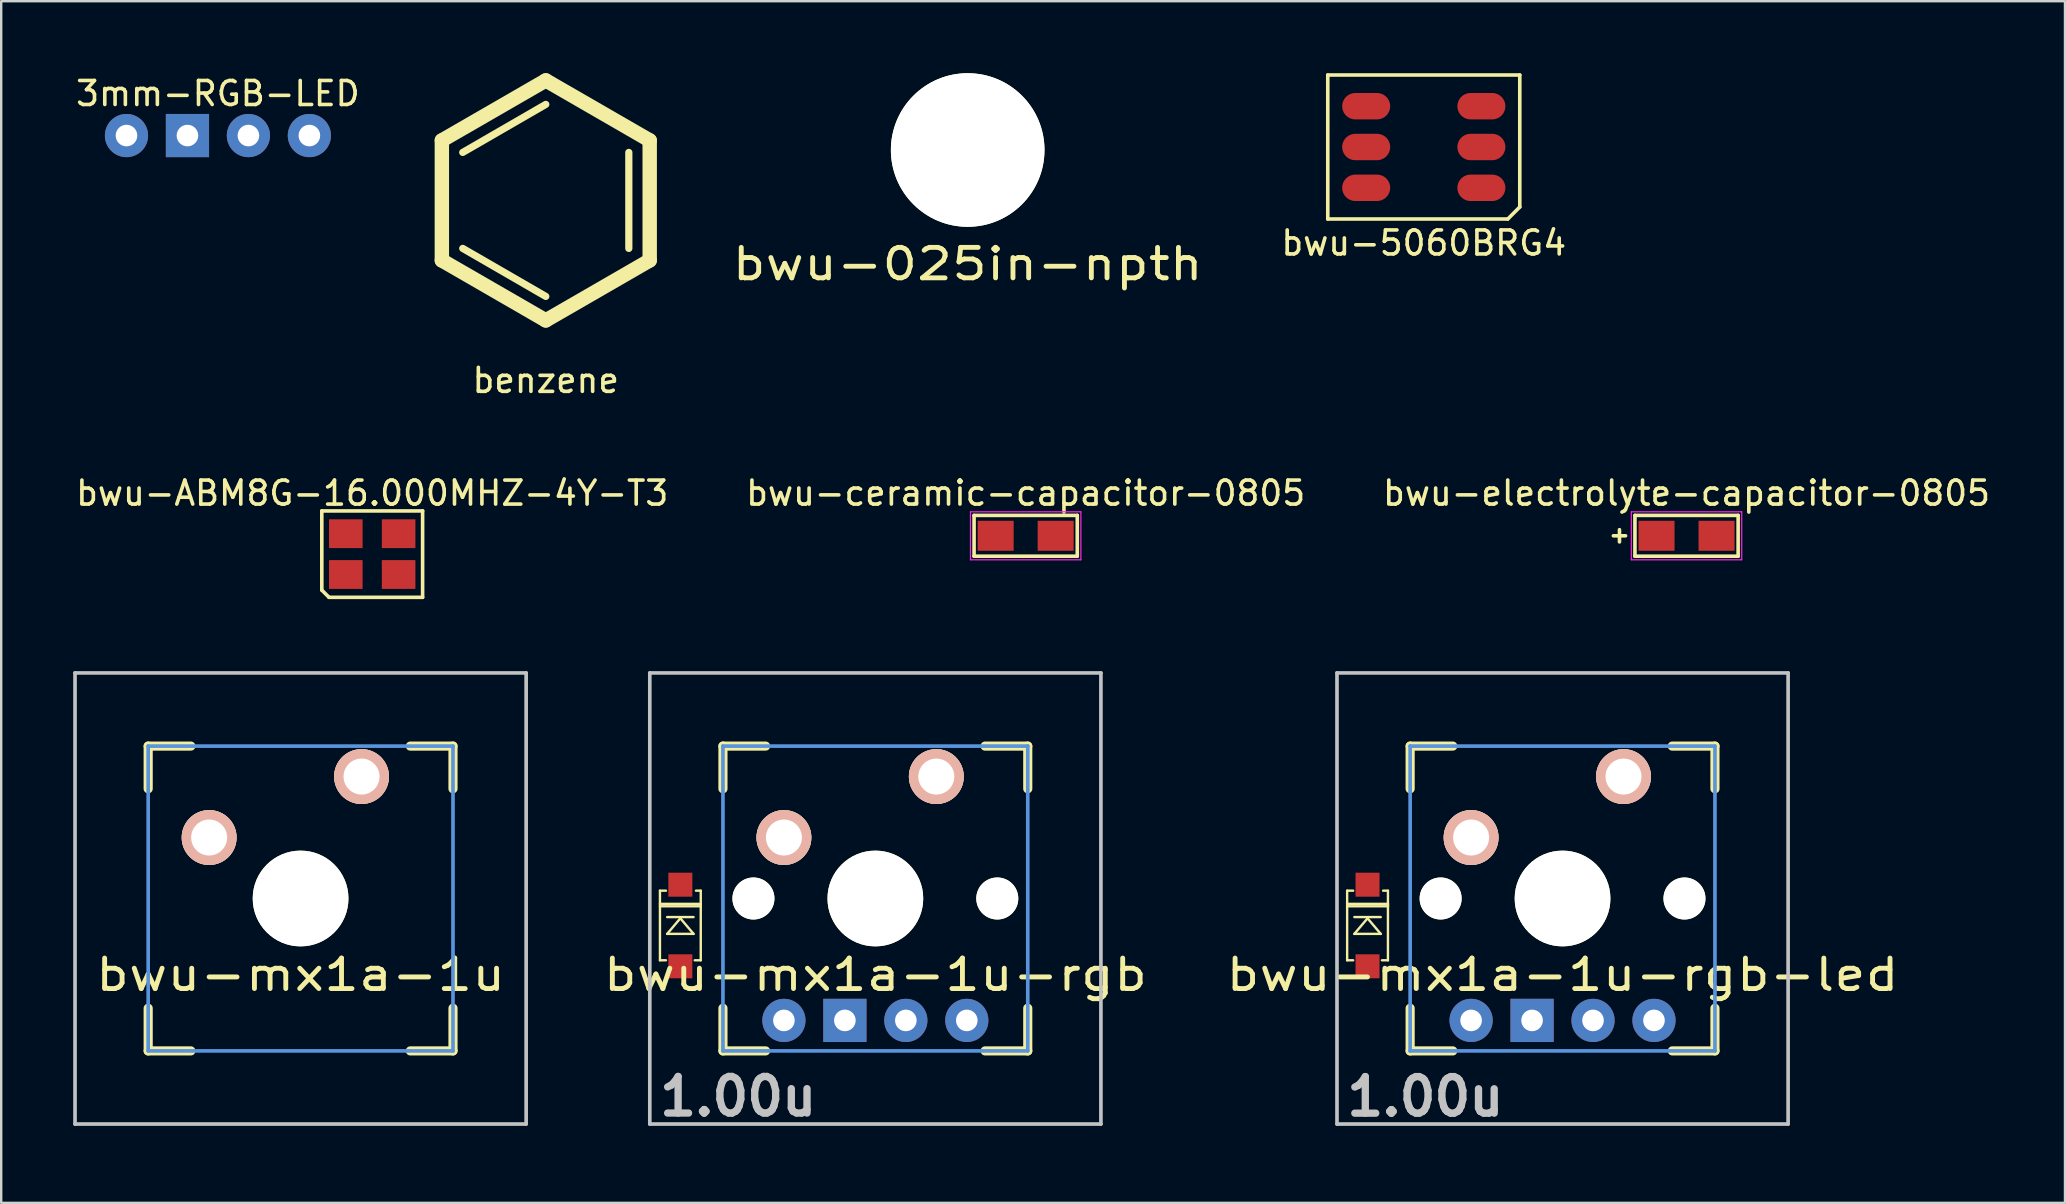
<source format=kicad_pcb>
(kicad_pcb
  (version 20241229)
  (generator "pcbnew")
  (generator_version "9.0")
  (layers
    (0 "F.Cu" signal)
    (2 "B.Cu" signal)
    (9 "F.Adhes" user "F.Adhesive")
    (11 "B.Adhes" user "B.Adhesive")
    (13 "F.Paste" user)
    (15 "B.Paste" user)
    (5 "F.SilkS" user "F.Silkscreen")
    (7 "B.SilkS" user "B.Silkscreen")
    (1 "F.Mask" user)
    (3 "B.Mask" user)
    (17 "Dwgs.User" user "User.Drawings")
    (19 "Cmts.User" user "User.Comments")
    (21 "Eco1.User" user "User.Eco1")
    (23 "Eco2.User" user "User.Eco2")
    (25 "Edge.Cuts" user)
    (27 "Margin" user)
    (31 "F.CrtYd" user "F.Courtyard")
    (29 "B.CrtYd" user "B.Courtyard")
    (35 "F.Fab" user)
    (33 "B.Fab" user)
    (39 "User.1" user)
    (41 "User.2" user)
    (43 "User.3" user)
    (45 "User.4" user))
  (footprint "bwu-ABM8G-16.000MHZ-4Y-T3"
    (layer "F.Cu")
    (at 12.458 20.037)
    (property "Reference" "bwu-ABM8G-16.000MHZ-4Y-T3" (at 0 -2.54 0) (layer "F.SilkS") (effects (font (size 1 1) (thickness 0.15))))
    (attr through_hole)
    (fp_line (start -2.1 -1.8) (end 2.1 -1.8) (stroke (width 0.15) (type solid)) (layer "F.SilkS"))
    (fp_line (start -2.1 1.5) (end -2.1 -1.8) (stroke (width 0.15) (type solid)) (layer "F.SilkS"))
    (fp_line (start -2.1 1.5) (end -1.8 1.8) (stroke (width 0.15) (type solid)) (layer "F.SilkS"))
    (fp_line (start 2.1 -1.8) (end 2.1 1.8) (stroke (width 0.15) (type solid)) (layer "F.SilkS"))
    (fp_line (start 2.1 1.8) (end -1.8 1.8) (stroke (width 0.15) (type solid)) (layer "F.SilkS"))
    (pad "1" smd rect (at -1.1 0.85) (size 1.4 1.2) (layers "F.Cu" "F.Mask" "F.Paste"))
    (pad "2" smd rect (at 1.1 0.85) (size 1.4 1.2) (layers "F.Cu" "F.Mask" "F.Paste"))
    (pad "3" smd rect (at 1.1 -0.85) (size 1.4 1.2) (layers "F.Cu" "F.Mask" "F.Paste"))
    (pad "4" smd rect (at -1.1 -0.85) (size 1.4 1.2) (layers "F.Cu" "F.Mask" "F.Paste")))
  (footprint "bwu-mx1a-1u-rgb-led"
    (layer "F.Cu")
    (at 62.054 34.386)
    (property "Reference" "bwu-mx1a-1u-rgb-led" (at 0 3.175 0) (layer "F.SilkS") (effects (font (size 1.27 1.524) (thickness 0.203))))
    (attr smd)
    (fp_line (start -8.975 -0.325) (end -8.975 2.575) (stroke (width 0.1) (type solid)) (layer "F.SilkS"))
    (fp_line (start -8.975 0.225) (end -7.275 0.225) (stroke (width 0.1) (type solid)) (layer "F.SilkS"))
    (fp_line (start -8.975 2.575) (end -8.725 2.575) (stroke (width 0.1) (type solid)) (layer "F.SilkS"))
    (fp_line (start -8.725 -0.325) (end -8.975 -0.325) (stroke (width 0.1) (type solid)) (layer "F.SilkS"))
    (fp_line (start -8.675 0.775) (end -7.575 0.775) (stroke (width 0.1) (type solid)) (layer "F.SilkS"))
    (fp_line (start -8.675 1.475) (end -7.575 1.475) (stroke (width 0.1) (type solid)) (layer "F.SilkS"))
    (fp_line (start -8.125 0.825) (end -8.675 1.475) (stroke (width 0.1) (type solid)) (layer "F.SilkS"))
    (fp_line (start -7.575 1.475) (end -8.125 0.825) (stroke (width 0.1) (type solid)) (layer "F.SilkS"))
    (fp_line (start -7.525 2.575) (end -7.275 2.575) (stroke (width 0.1) (type solid)) (layer "F.SilkS"))
    (fp_line (start -7.275 -0.325) (end -7.475 -0.325) (stroke (width 0.1) (type solid)) (layer "F.SilkS"))
    (fp_line (start -7.275 0.225) (end -7.275 0.325) (stroke (width 0.1) (type solid)) (layer "F.SilkS"))
    (fp_line (start -7.275 0.325) (end -8.975 0.325) (stroke (width 0.1) (type solid)) (layer "F.SilkS"))
    (fp_line (start -7.275 2.575) (end -7.275 -0.325) (stroke (width 0.1) (type solid)) (layer "F.SilkS"))
    (fp_line (start -6.35 -6.35) (end -4.572 -6.35) (stroke (width 0.381) (type solid)) (layer "F.SilkS"))
    (fp_line (start -6.35 -4.572) (end -6.35 -6.35) (stroke (width 0.381) (type solid)) (layer "F.SilkS"))
    (fp_line (start -6.35 6.35) (end -6.35 4.572) (stroke (width 0.381) (type solid)) (layer "F.SilkS"))
    (fp_line (start -4.572 6.35) (end -6.35 6.35) (stroke (width 0.381) (type solid)) (layer "F.SilkS"))
    (fp_line (start 4.572 -6.35) (end 6.35 -6.35) (stroke (width 0.381) (type solid)) (layer "F.SilkS"))
    (fp_line (start 6.35 -6.35) (end 6.35 -4.572) (stroke (width 0.381) (type solid)) (layer "F.SilkS"))
    (fp_line (start 6.35 4.572) (end 6.35 6.35) (stroke (width 0.381) (type solid)) (layer "F.SilkS"))
    (fp_line (start 6.35 6.35) (end 4.572 6.35) (stroke (width 0.381) (type solid)) (layer "F.SilkS"))
    (fp_line (start -9.398 -9.398) (end 9.398 -9.398) (stroke (width 0.152) (type solid)) (layer "Dwgs.User"))
    (fp_line (start -9.398 9.398) (end -9.398 -9.398) (stroke (width 0.152) (type solid)) (layer "Dwgs.User"))
    (fp_line (start 9.398 -9.398) (end 9.398 9.398) (stroke (width 0.152) (type solid)) (layer "Dwgs.User"))
    (fp_line (start 9.398 9.398) (end -9.398 9.398) (stroke (width 0.152) (type solid)) (layer "Dwgs.User"))
    (fp_line (start -6.35 -6.35) (end 6.35 -6.35) (stroke (width 0.152) (type solid)) (layer "Cmts.User"))
    (fp_line (start -6.35 6.35) (end -6.35 -6.35) (stroke (width 0.152) (type solid)) (layer "Cmts.User"))
    (fp_line (start 6.35 -6.35) (end 6.35 6.35) (stroke (width 0.152) (type solid)) (layer "Cmts.User"))
    (fp_line (start 6.35 6.35) (end -6.35 6.35) (stroke (width 0.152) (type solid)) (layer "Cmts.User"))
    (fp_line (start -6.985 -6.985) (end 6.985 -6.985) (stroke (width 0.152) (type solid)) (layer "Eco2.User"))
    (fp_line (start -6.985 6.985) (end -6.985 -6.985) (stroke (width 0.152) (type solid)) (layer "Eco2.User"))
    (fp_line (start 6.985 -6.985) (end 6.985 6.985) (stroke (width 0.152) (type solid)) (layer "Eco2.User"))
    (fp_line (start 6.985 6.985) (end -6.985 6.985) (stroke (width 0.152) (type solid)) (layer "Eco2.User"))
    (fp_text user "1.00u" (at -5.715 8.255 0) (layer "Dwgs.User") (effects (font (size 1.524 1.524) (thickness 0.305))))
    (pad "" np_thru_hole circle (at -5.08 0) (size 1.75 1.75) (drill 1.75) (layers "*.Cu" "*.Mask" "F.SilkS"))
    (pad "" np_thru_hole circle (at 0 0) (size 3.988 3.988) (drill 3.988) (layers "*.Cu" "*.Mask" "F.SilkS"))
    (pad "" np_thru_hole circle (at 5.08 0) (size 1.75 1.75) (drill 1.75) (layers "*.Cu" "*.Mask" "F.SilkS"))
    (pad "1" thru_hole circle (at 2.54 -5.08) (size 2.286 2.286) (drill 1.499) (layers "*.Cu" "*.SilkS" "*.Mask"))
    (pad "2" smd rect (at -8.125 -0.575 90) (size 1 1) (layers "F.Cu" "F.Mask" "F.Paste"))
    (pad "2" thru_hole circle (at -3.81 -2.54) (size 2.286 2.286) (drill 1.499) (layers "*.Cu" "*.SilkS" "*.Mask"))
    (pad "3" smd rect (at -8.125 2.825 90) (size 1 1) (layers "F.Cu" "F.Mask" "F.Paste"))
    (pad "4" thru_hole oval (at -3.81 5.08) (size 1.8 1.8) (drill 0.9) (layers "*.Cu" "*.Mask"))
    (pad "5" thru_hole rect (at -1.27 5.08) (size 1.8 1.8) (drill 0.9) (layers "*.Cu" "*.Mask"))
    (pad "6" thru_hole oval (at 1.27 5.08) (size 1.8 1.8) (drill 0.9) (layers "*.Cu" "*.Mask"))
    (pad "7" thru_hole oval (at 3.81 5.08) (size 1.8 1.8) (drill 0.9) (layers "*.Cu" "*.Mask")))
  (footprint "bwu-5060BRG4"
    (layer "F.Cu")
    (at 56.272 3.075)
    (property "Reference" "bwu-5060BRG4" (at 0 4 0) (layer "F.SilkS") (effects (font (size 1 1) (thickness 0.15))))
    (attr through_hole)
    (fp_line (start -4 -3) (end -4 3) (stroke (width 0.15) (type solid)) (layer "F.SilkS"))
    (fp_line (start -4 3) (end 3.5 3) (stroke (width 0.15) (type solid)) (layer "F.SilkS"))
    (fp_line (start 3.5 3) (end 4 2.5) (stroke (width 0.15) (type solid)) (layer "F.SilkS"))
    (fp_line (start 4 -3) (end -4 -3) (stroke (width 0.15) (type solid)) (layer "F.SilkS"))
    (fp_line (start 4 2.5) (end 4 -3) (stroke (width 0.15) (type solid)) (layer "F.SilkS"))
    (pad "1" smd oval (at 2.4 1.7) (size 2 1.1) (layers "F.Cu" "F.Mask" "F.Paste"))
    (pad "2" smd oval (at 2.4 0) (size 2 1.1) (layers "F.Cu" "F.Mask" "F.Paste"))
    (pad "3" smd oval (at 2.4 -1.7) (size 2 1.1) (layers "F.Cu" "F.Mask" "F.Paste"))
    (pad "4" smd oval (at -2.4 -1.7) (size 2 1.1) (layers "F.Cu" "F.Mask" "F.Paste"))
    (pad "5" smd oval (at -2.4 0) (size 2 1.1) (layers "F.Cu" "F.Mask" "F.Paste"))
    (pad "6" smd oval (at -2.4 1.7) (size 2 1.1) (layers "F.Cu" "F.Mask" "F.Paste")))
  (footprint "bwu-mx1a-1u"
    (layer "F.Cu")
    (at 9.474 34.386)
    (property "Reference" "bwu-mx1a-1u" (at 0 3.175 0) (layer "F.SilkS") (effects (font (size 1.27 1.524) (thickness 0.203))))
    (attr through_hole)
    (fp_line (start -6.35 -6.35) (end -4.572 -6.35) (stroke (width 0.381) (type solid)) (layer "F.SilkS"))
    (fp_line (start -6.35 -4.572) (end -6.35 -6.35) (stroke (width 0.381) (type solid)) (layer "F.SilkS"))
    (fp_line (start -6.35 6.35) (end -6.35 4.572) (stroke (width 0.381) (type solid)) (layer "F.SilkS"))
    (fp_line (start -4.572 6.35) (end -6.35 6.35) (stroke (width 0.381) (type solid)) (layer "F.SilkS"))
    (fp_line (start 4.572 -6.35) (end 6.35 -6.35) (stroke (width 0.381) (type solid)) (layer "F.SilkS"))
    (fp_line (start 6.35 -6.35) (end 6.35 -4.572) (stroke (width 0.381) (type solid)) (layer "F.SilkS"))
    (fp_line (start 6.35 4.572) (end 6.35 6.35) (stroke (width 0.381) (type solid)) (layer "F.SilkS"))
    (fp_line (start 6.35 6.35) (end 4.572 6.35) (stroke (width 0.381) (type solid)) (layer "F.SilkS"))
    (fp_line (start -9.398 -9.398) (end 9.398 -9.398) (stroke (width 0.152) (type solid)) (layer "Dwgs.User"))
    (fp_line (start -9.398 9.398) (end -9.398 -9.398) (stroke (width 0.152) (type solid)) (layer "Dwgs.User"))
    (fp_line (start 9.398 -9.398) (end 9.398 9.398) (stroke (width 0.152) (type solid)) (layer "Dwgs.User"))
    (fp_line (start 9.398 9.398) (end -9.398 9.398) (stroke (width 0.152) (type solid)) (layer "Dwgs.User"))
    (fp_line (start -6.35 -6.35) (end 6.35 -6.35) (stroke (width 0.152) (type solid)) (layer "Cmts.User"))
    (fp_line (start -6.35 6.35) (end -6.35 -6.35) (stroke (width 0.152) (type solid)) (layer "Cmts.User"))
    (fp_line (start 6.35 -6.35) (end 6.35 6.35) (stroke (width 0.152) (type solid)) (layer "Cmts.User"))
    (fp_line (start 6.35 6.35) (end -6.35 6.35) (stroke (width 0.152) (type solid)) (layer "Cmts.User"))
    (fp_line (start -6.985 -6.985) (end 6.985 -6.985) (stroke (width 0.152) (type solid)) (layer "Eco2.User"))
    (fp_line (start -6.985 6.985) (end -6.985 -6.985) (stroke (width 0.152) (type solid)) (layer "Eco2.User"))
    (fp_line (start 6.985 -6.985) (end 6.985 6.985) (stroke (width 0.152) (type solid)) (layer "Eco2.User"))
    (fp_line (start 6.985 6.985) (end -6.985 6.985) (stroke (width 0.152) (type solid)) (layer "Eco2.User"))
    (pad "" np_thru_hole circle (at 0 0) (size 3.988 3.988) (drill 3.988) (layers "*.Cu" "*.Mask" "F.SilkS"))
    (pad "1" thru_hole circle (at 2.54 -5.08) (size 2.286 2.286) (drill 1.499) (layers "*.Cu" "*.SilkS" "*.Mask"))
    (pad "2" thru_hole circle (at -3.81 -2.54) (size 2.286 2.286) (drill 1.499) (layers "*.Cu" "*.SilkS" "*.Mask")))
  (footprint "bwu-025in-npth"
    (layer "F.Cu")
    (at 37.269 3.2)
    (property "Reference" "bwu-025in-npth" (at 0 4.75 0) (layer "F.SilkS") (effects (font (size 1.27 1.524) (thickness 0.203))))
    (attr through_hole)
    (pad "" np_thru_hole circle (at 0 0) (size 6.4 6.4) (drill 6.4) (layers "*.Cu" "*.Mask" "F.SilkS")))
  (footprint "bwu-mx1a-1u-rgb"
    (layer "F.Cu")
    (at 33.422 34.386)
    (property "Reference" "bwu-mx1a-1u-rgb" (at 0 3.175 0) (layer "F.SilkS") (effects (font (size 1.27 1.524) (thickness 0.203))))
    (attr smd)
    (fp_line (start -8.975 -0.325) (end -8.975 2.575) (stroke (width 0.1) (type solid)) (layer "F.SilkS"))
    (fp_line (start -8.975 0.225) (end -7.275 0.225) (stroke (width 0.1) (type solid)) (layer "F.SilkS"))
    (fp_line (start -8.975 2.575) (end -8.725 2.575) (stroke (width 0.1) (type solid)) (layer "F.SilkS"))
    (fp_line (start -8.725 -0.325) (end -8.975 -0.325) (stroke (width 0.1) (type solid)) (layer "F.SilkS"))
    (fp_line (start -8.675 0.775) (end -7.575 0.775) (stroke (width 0.1) (type solid)) (layer "F.SilkS"))
    (fp_line (start -8.675 1.475) (end -7.575 1.475) (stroke (width 0.1) (type solid)) (layer "F.SilkS"))
    (fp_line (start -8.125 0.825) (end -8.675 1.475) (stroke (width 0.1) (type solid)) (layer "F.SilkS"))
    (fp_line (start -7.575 1.475) (end -8.125 0.825) (stroke (width 0.1) (type solid)) (layer "F.SilkS"))
    (fp_line (start -7.525 2.575) (end -7.275 2.575) (stroke (width 0.1) (type solid)) (layer "F.SilkS"))
    (fp_line (start -7.275 -0.325) (end -7.475 -0.325) (stroke (width 0.1) (type solid)) (layer "F.SilkS"))
    (fp_line (start -7.275 0.225) (end -7.275 0.325) (stroke (width 0.1) (type solid)) (layer "F.SilkS"))
    (fp_line (start -7.275 0.325) (end -8.975 0.325) (stroke (width 0.1) (type solid)) (layer "F.SilkS"))
    (fp_line (start -7.275 2.575) (end -7.275 -0.325) (stroke (width 0.1) (type solid)) (layer "F.SilkS"))
    (fp_line (start -6.35 -6.35) (end -4.572 -6.35) (stroke (width 0.381) (type solid)) (layer "F.SilkS"))
    (fp_line (start -6.35 -4.572) (end -6.35 -6.35) (stroke (width 0.381) (type solid)) (layer "F.SilkS"))
    (fp_line (start -6.35 6.35) (end -6.35 4.572) (stroke (width 0.381) (type solid)) (layer "F.SilkS"))
    (fp_line (start -4.572 6.35) (end -6.35 6.35) (stroke (width 0.381) (type solid)) (layer "F.SilkS"))
    (fp_line (start 4.572 -6.35) (end 6.35 -6.35) (stroke (width 0.381) (type solid)) (layer "F.SilkS"))
    (fp_line (start 6.35 -6.35) (end 6.35 -4.572) (stroke (width 0.381) (type solid)) (layer "F.SilkS"))
    (fp_line (start 6.35 4.572) (end 6.35 6.35) (stroke (width 0.381) (type solid)) (layer "F.SilkS"))
    (fp_line (start 6.35 6.35) (end 4.572 6.35) (stroke (width 0.381) (type solid)) (layer "F.SilkS"))
    (fp_line (start -9.398 -9.398) (end 9.398 -9.398) (stroke (width 0.152) (type solid)) (layer "Dwgs.User"))
    (fp_line (start -9.398 9.398) (end -9.398 -9.398) (stroke (width 0.152) (type solid)) (layer "Dwgs.User"))
    (fp_line (start 9.398 -9.398) (end 9.398 9.398) (stroke (width 0.152) (type solid)) (layer "Dwgs.User"))
    (fp_line (start 9.398 9.398) (end -9.398 9.398) (stroke (width 0.152) (type solid)) (layer "Dwgs.User"))
    (fp_line (start -6.35 -6.35) (end 6.35 -6.35) (stroke (width 0.152) (type solid)) (layer "Cmts.User"))
    (fp_line (start -6.35 6.35) (end -6.35 -6.35) (stroke (width 0.152) (type solid)) (layer "Cmts.User"))
    (fp_line (start 6.35 -6.35) (end 6.35 6.35) (stroke (width 0.152) (type solid)) (layer "Cmts.User"))
    (fp_line (start 6.35 6.35) (end -6.35 6.35) (stroke (width 0.152) (type solid)) (layer "Cmts.User"))
    (fp_line (start -6.985 -6.985) (end 6.985 -6.985) (stroke (width 0.152) (type solid)) (layer "Eco2.User"))
    (fp_line (start -6.985 6.985) (end -6.985 -6.985) (stroke (width 0.152) (type solid)) (layer "Eco2.User"))
    (fp_line (start 6.985 -6.985) (end 6.985 6.985) (stroke (width 0.152) (type solid)) (layer "Eco2.User"))
    (fp_line (start 6.985 6.985) (end -6.985 6.985) (stroke (width 0.152) (type solid)) (layer "Eco2.User"))
    (fp_text user "1.00u" (at -5.715 8.25 0) (layer "Dwgs.User") (effects (font (size 1.524 1.524) (thickness 0.305))))
    (pad "" np_thru_hole circle (at -5.08 0) (size 1.75 1.75) (drill 1.75) (layers "*.Cu" "*.Mask" "F.SilkS"))
    (pad "" np_thru_hole circle (at 0 0) (size 3.988 3.988) (drill 3.988) (layers "*.Cu" "*.Mask" "F.SilkS"))
    (pad "" np_thru_hole circle (at 5.08 0) (size 1.75 1.75) (drill 1.75) (layers "*.Cu" "*.Mask" "F.SilkS"))
    (pad "1" thru_hole circle (at 2.54 -5.08) (size 2.286 2.286) (drill 1.499) (layers "*.Cu" "*.SilkS" "*.Mask"))
    (pad "2" smd rect (at -8.125 -0.575 90) (size 1 1) (layers "F.Cu" "F.Mask" "F.Paste"))
    (pad "2" thru_hole circle (at -3.81 -2.54) (size 2.286 2.286) (drill 1.499) (layers "*.Cu" "*.SilkS" "*.Mask"))
    (pad "3" smd rect (at -8.125 2.825 90) (size 1 1) (layers "F.Cu" "F.Mask" "F.Paste"))
    (pad "4" thru_hole oval (at -3.81 5.08) (size 1.8 1.8) (drill 0.9) (layers "*.Cu" "*.Mask"))
    (pad "5" thru_hole rect (at -1.27 5.08) (size 1.8 1.8) (drill 0.9) (layers "*.Cu" "*.Mask"))
    (pad "6" thru_hole oval (at 1.27 5.08) (size 1.8 1.8) (drill 0.9) (layers "*.Cu" "*.Mask"))
    (pad "7" thru_hole oval (at 3.81 5.08) (size 1.8 1.8) (drill 0.9) (layers "*.Cu" "*.Mask")))
  (footprint "bwu-ceramic-capacitor-0805"
    (layer "F.Cu")
    (at 39.685 19.274)
    (property "Reference" "bwu-ceramic-capacitor-0805" (at 0 -1.778 0) (layer "F.SilkS") (effects (font (size 1 1) (thickness 0.15))))
    (attr smd)
    (fp_line (start -2.15 -0.85) (end -2.15 0.85) (stroke (width 0.15) (type solid)) (layer "F.SilkS"))
    (fp_line (start -2.15 0.85) (end 2.15 0.85) (stroke (width 0.15) (type solid)) (layer "F.SilkS"))
    (fp_line (start 2.15 -0.85) (end -2.15 -0.85) (stroke (width 0.15) (type solid)) (layer "F.SilkS"))
    (fp_line (start 2.15 -0.85) (end 2.15 0.85) (stroke (width 0.15) (type solid)) (layer "F.SilkS"))
    (fp_line (start -2.3 -1) (end -2.3 1) (stroke (width 0.05) (type solid)) (layer "F.CrtYd"))
    (fp_line (start -2.3 -1) (end 2.3 -1) (stroke (width 0.05) (type solid)) (layer "F.CrtYd"))
    (fp_line (start -2.3 1) (end 2.3 1) (stroke (width 0.05) (type solid)) (layer "F.CrtYd"))
    (fp_line (start 2.3 -1) (end 2.3 1) (stroke (width 0.05) (type solid)) (layer "F.CrtYd"))
    (pad "1" smd rect (at -1.25 0) (size 1.5 1.25) (layers "F.Cu" "F.Mask" "F.Paste"))
    (pad "2" smd rect (at 1.25 0) (size 1.5 1.25) (layers "F.Cu" "F.Mask" "F.Paste")))
  (footprint "benzene"
    (layer "F.Cu")
    (at 19.69 5.3)
    (property "Reference" "benzene" (at 0 7.5 0) (layer "F.SilkS") (effects (font (size 1 1) (thickness 0.15))))
    (attr through_hole)
    (fp_line (start -4.33 -2.5) (end 0 -5) (stroke (width 0.6) (type solid)) (layer "F.SilkS"))
    (fp_line (start -4.33 2.5) (end -4.33 -2.5) (stroke (width 0.6) (type solid)) (layer "F.SilkS"))
    (fp_line (start -3.46 -2) (end 0 -4) (stroke (width 0.3) (type solid)) (layer "F.SilkS"))
    (fp_line (start 0 -5) (end 4.33 -2.5) (stroke (width 0.6) (type solid)) (layer "F.SilkS"))
    (fp_line (start 0 4) (end -3.46 2) (stroke (width 0.3) (type solid)) (layer "F.SilkS"))
    (fp_line (start 0 5) (end -4.33 2.5) (stroke (width 0.6) (type solid)) (layer "F.SilkS"))
    (fp_line (start 3.46 -2) (end 3.46 2) (stroke (width 0.3) (type solid)) (layer "F.SilkS"))
    (fp_line (start 4.33 -2.5) (end 4.33 2.5) (stroke (width 0.6) (type solid)) (layer "F.SilkS"))
    (fp_line (start 4.33 2.5) (end 0 5) (stroke (width 0.6) (type solid)) (layer "F.SilkS")))
  (footprint "bwu-electrolyte-capacitor-0805"
    (layer "F.Cu")
    (at 67.22 19.274)
    (property "Reference" "bwu-electrolyte-capacitor-0805" (at 0 -1.778 0) (layer "F.SilkS") (effects (font (size 1 1) (thickness 0.15))))
    (attr smd)
    (fp_line (start -2.794 -0.254) (end -2.794 0.254) (stroke (width 0.15) (type solid)) (layer "F.SilkS"))
    (fp_line (start -2.54 0) (end -3.048 0) (stroke (width 0.15) (type solid)) (layer "F.SilkS"))
    (fp_line (start -2.15 -0.85) (end -2.15 0.85) (stroke (width 0.15) (type solid)) (layer "F.SilkS"))
    (fp_line (start -2.15 0.85) (end 2.15 0.85) (stroke (width 0.15) (type solid)) (layer "F.SilkS"))
    (fp_line (start 2.15 -0.85) (end -2.15 -0.85) (stroke (width 0.15) (type solid)) (layer "F.SilkS"))
    (fp_line (start 2.15 -0.85) (end 2.15 0.85) (stroke (width 0.15) (type solid)) (layer "F.SilkS"))
    (fp_line (start -2.3 -1) (end -2.3 1) (stroke (width 0.05) (type solid)) (layer "F.CrtYd"))
    (fp_line (start -2.3 -1) (end 2.3 -1) (stroke (width 0.05) (type solid)) (layer "F.CrtYd"))
    (fp_line (start -2.3 1) (end 2.3 1) (stroke (width 0.05) (type solid)) (layer "F.CrtYd"))
    (fp_line (start 2.3 -1) (end 2.3 1) (stroke (width 0.05) (type solid)) (layer "F.CrtYd"))
    (pad "1" smd rect (at -1.25 0) (size 1.5 1.25) (layers "F.Cu" "F.Mask" "F.Paste"))
    (pad "2" smd rect (at 1.25 0) (size 1.5 1.25) (layers "F.Cu" "F.Mask" "F.Paste")))
  (footprint "3mm-RGB-LED"
    (layer "F.Cu")
    (at 6.03 2.598)
    (property "Reference" "3mm-RGB-LED" (at 0 -1.75 0) (layer "F.SilkS") (effects (font (size 1 1) (thickness 0.15))))
    (attr through_hole)
    (pad "1" thru_hole oval (at -3.81 0) (size 1.8 1.8) (drill 0.9) (layers "*.Cu" "*.Mask"))
    (pad "2" thru_hole rect (at -1.27 0) (size 1.8 1.8) (drill 0.9) (layers "*.Cu" "*.Mask"))
    (pad "3" thru_hole oval (at 1.27 0) (size 1.8 1.8) (drill 0.9) (layers "*.Cu" "*.Mask"))
    (pad "4" thru_hole oval (at 3.81 0) (size 1.8 1.8) (drill 0.9) (layers "*.Cu" "*.Mask")))
  (gr_rect
    (start -3 -3)
    (end 82.988 47.067)
    (stroke (width 0.1) (type default))
    (fill no)
    (layer "Edge.Cuts")))
</source>
